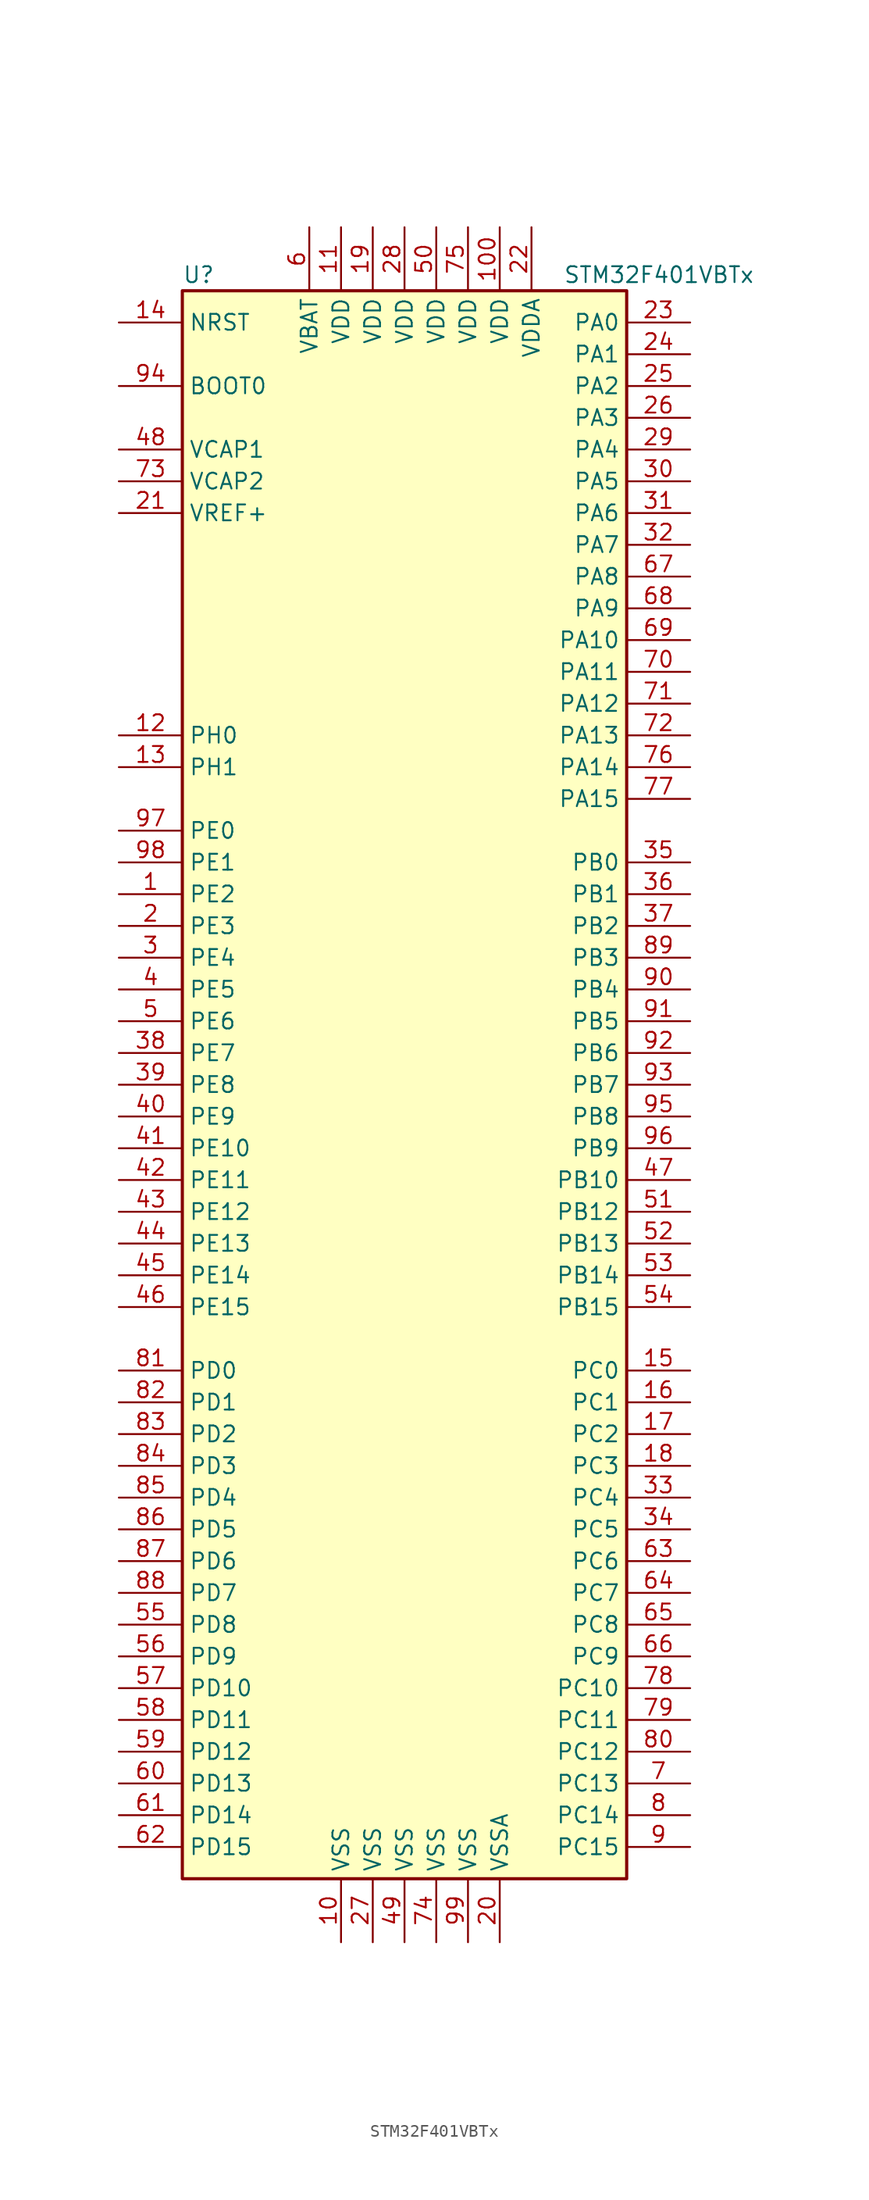
<source format=kicad_sym>
(kicad_symbol_lib
  (version 20220914)
  (generator kicad_symbol_editor)
  (symbol "STM32F401VBTx"
    (property "Reference" "U"
      (at -17.78 64.77 0)
      (effects (font (size 1.27 1.27)) (justify left)))
    (property "Value" "STM32F401VBTx"
      (at 12.7 64.77 0)
      (effects (font (size 1.27 1.27)) (justify left)))
    (symbol "STM32F401VBTx_0_1"
      (rectangle (start -17.78 -63.5) (end 17.78 63.5) (stroke (width 0.254) (type default)) (fill (type background))))
    (symbol "STM32F401VBTx_1_1"
      (pin bidirectional line (at -22.86 15.24 0) (length 5.08) (name "PE2" (effects (font (size 1.27 1.27)))) (number "1" (effects (font (size 1.27 1.27)))))
      (pin power_in line (at -5.08 -68.58 90) (length 5.08) (name "VSS" (effects (font (size 1.27 1.27)))) (number "10" (effects (font (size 1.27 1.27)))))
      (pin power_in line (at 7.62 68.58 270) (length 5.08) (name "VDD" (effects (font (size 1.27 1.27)))) (number "100" (effects (font (size 1.27 1.27)))))
      (pin power_in line (at -5.08 68.58 270) (length 5.08) (name "VDD" (effects (font (size 1.27 1.27)))) (number "11" (effects (font (size 1.27 1.27)))))
      (pin input line (at -22.86 27.94 0) (length 5.08) (name "PH0" (effects (font (size 1.27 1.27)))) (number "12" (effects (font (size 1.27 1.27)))))
      (pin input line (at -22.86 25.4 0) (length 5.08) (name "PH1" (effects (font (size 1.27 1.27)))) (number "13" (effects (font (size 1.27 1.27)))))
      (pin input line (at -22.86 60.96 0) (length 5.08) (name "NRST" (effects (font (size 1.27 1.27)))) (number "14" (effects (font (size 1.27 1.27)))))
      (pin bidirectional line (at 22.86 -22.86 180) (length 5.08) (name "PC0" (effects (font (size 1.27 1.27)))) (number "15" (effects (font (size 1.27 1.27)))))
      (pin bidirectional line (at 22.86 -25.4 180) (length 5.08) (name "PC1" (effects (font (size 1.27 1.27)))) (number "16" (effects (font (size 1.27 1.27)))))
      (pin bidirectional line (at 22.86 -27.94 180) (length 5.08) (name "PC2" (effects (font (size 1.27 1.27)))) (number "17" (effects (font (size 1.27 1.27)))))
      (pin bidirectional line (at 22.86 -30.48 180) (length 5.08) (name "PC3" (effects (font (size 1.27 1.27)))) (number "18" (effects (font (size 1.27 1.27)))))
      (pin power_in line (at -2.54 68.58 270) (length 5.08) (name "VDD" (effects (font (size 1.27 1.27)))) (number "19" (effects (font (size 1.27 1.27)))))
      (pin bidirectional line (at -22.86 12.7 0) (length 5.08) (name "PE3" (effects (font (size 1.27 1.27)))) (number "2" (effects (font (size 1.27 1.27)))))
      (pin power_in line (at 7.62 -68.58 90) (length 5.08) (name "VSSA" (effects (font (size 1.27 1.27)))) (number "20" (effects (font (size 1.27 1.27)))))
      (pin power_in line (at -22.86 45.72 0) (length 5.08) (name "VREF+" (effects (font (size 1.27 1.27)))) (number "21" (effects (font (size 1.27 1.27)))))
      (pin power_in line (at 10.16 68.58 270) (length 5.08) (name "VDDA" (effects (font (size 1.27 1.27)))) (number "22" (effects (font (size 1.27 1.27)))))
      (pin bidirectional line (at 22.86 60.96 180) (length 5.08) (name "PA0" (effects (font (size 1.27 1.27)))) (number "23" (effects (font (size 1.27 1.27)))))
      (pin bidirectional line (at 22.86 58.42 180) (length 5.08) (name "PA1" (effects (font (size 1.27 1.27)))) (number "24" (effects (font (size 1.27 1.27)))))
      (pin bidirectional line (at 22.86 55.88 180) (length 5.08) (name "PA2" (effects (font (size 1.27 1.27)))) (number "25" (effects (font (size 1.27 1.27)))))
      (pin bidirectional line (at 22.86 53.34 180) (length 5.08) (name "PA3" (effects (font (size 1.27 1.27)))) (number "26" (effects (font (size 1.27 1.27)))))
      (pin power_in line (at -2.54 -68.58 90) (length 5.08) (name "VSS" (effects (font (size 1.27 1.27)))) (number "27" (effects (font (size 1.27 1.27)))))
      (pin power_in line (at 0 68.58 270) (length 5.08) (name "VDD" (effects (font (size 1.27 1.27)))) (number "28" (effects (font (size 1.27 1.27)))))
      (pin bidirectional line (at 22.86 50.8 180) (length 5.08) (name "PA4" (effects (font (size 1.27 1.27)))) (number "29" (effects (font (size 1.27 1.27)))))
      (pin bidirectional line (at -22.86 10.16 0) (length 5.08) (name "PE4" (effects (font (size 1.27 1.27)))) (number "3" (effects (font (size 1.27 1.27)))))
      (pin bidirectional line (at 22.86 48.26 180) (length 5.08) (name "PA5" (effects (font (size 1.27 1.27)))) (number "30" (effects (font (size 1.27 1.27)))))
      (pin bidirectional line (at 22.86 45.72 180) (length 5.08) (name "PA6" (effects (font (size 1.27 1.27)))) (number "31" (effects (font (size 1.27 1.27)))))
      (pin bidirectional line (at 22.86 43.18 180) (length 5.08) (name "PA7" (effects (font (size 1.27 1.27)))) (number "32" (effects (font (size 1.27 1.27)))))
      (pin bidirectional line (at 22.86 -33.02 180) (length 5.08) (name "PC4" (effects (font (size 1.27 1.27)))) (number "33" (effects (font (size 1.27 1.27)))))
      (pin bidirectional line (at 22.86 -35.56 180) (length 5.08) (name "PC5" (effects (font (size 1.27 1.27)))) (number "34" (effects (font (size 1.27 1.27)))))
      (pin bidirectional line (at 22.86 17.78 180) (length 5.08) (name "PB0" (effects (font (size 1.27 1.27)))) (number "35" (effects (font (size 1.27 1.27)))))
      (pin bidirectional line (at 22.86 15.24 180) (length 5.08) (name "PB1" (effects (font (size 1.27 1.27)))) (number "36" (effects (font (size 1.27 1.27)))))
      (pin bidirectional line (at 22.86 12.7 180) (length 5.08) (name "PB2" (effects (font (size 1.27 1.27)))) (number "37" (effects (font (size 1.27 1.27)))))
      (pin bidirectional line (at -22.86 2.54 0) (length 5.08) (name "PE7" (effects (font (size 1.27 1.27)))) (number "38" (effects (font (size 1.27 1.27)))))
      (pin bidirectional line (at -22.86 0 0) (length 5.08) (name "PE8" (effects (font (size 1.27 1.27)))) (number "39" (effects (font (size 1.27 1.27)))))
      (pin bidirectional line (at -22.86 7.62 0) (length 5.08) (name "PE5" (effects (font (size 1.27 1.27)))) (number "4" (effects (font (size 1.27 1.27)))))
      (pin bidirectional line (at -22.86 -2.54 0) (length 5.08) (name "PE9" (effects (font (size 1.27 1.27)))) (number "40" (effects (font (size 1.27 1.27)))))
      (pin bidirectional line (at -22.86 -5.08 0) (length 5.08) (name "PE10" (effects (font (size 1.27 1.27)))) (number "41" (effects (font (size 1.27 1.27)))))
      (pin bidirectional line (at -22.86 -7.62 0) (length 5.08) (name "PE11" (effects (font (size 1.27 1.27)))) (number "42" (effects (font (size 1.27 1.27)))))
      (pin bidirectional line (at -22.86 -10.16 0) (length 5.08) (name "PE12" (effects (font (size 1.27 1.27)))) (number "43" (effects (font (size 1.27 1.27)))))
      (pin bidirectional line (at -22.86 -12.7 0) (length 5.08) (name "PE13" (effects (font (size 1.27 1.27)))) (number "44" (effects (font (size 1.27 1.27)))))
      (pin bidirectional line (at -22.86 -15.24 0) (length 5.08) (name "PE14" (effects (font (size 1.27 1.27)))) (number "45" (effects (font (size 1.27 1.27)))))
      (pin bidirectional line (at -22.86 -17.78 0) (length 5.08) (name "PE15" (effects (font (size 1.27 1.27)))) (number "46" (effects (font (size 1.27 1.27)))))
      (pin bidirectional line (at 22.86 -7.62 180) (length 5.08) (name "PB10" (effects (font (size 1.27 1.27)))) (number "47" (effects (font (size 1.27 1.27)))))
      (pin power_in line (at -22.86 50.8 0) (length 5.08) (name "VCAP1" (effects (font (size 1.27 1.27)))) (number "48" (effects (font (size 1.27 1.27)))))
      (pin power_in line (at 0 -68.58 90) (length 5.08) (name "VSS" (effects (font (size 1.27 1.27)))) (number "49" (effects (font (size 1.27 1.27)))))
      (pin bidirectional line (at -22.86 5.08 0) (length 5.08) (name "PE6" (effects (font (size 1.27 1.27)))) (number "5" (effects (font (size 1.27 1.27)))))
      (pin power_in line (at 2.54 68.58 270) (length 5.08) (name "VDD" (effects (font (size 1.27 1.27)))) (number "50" (effects (font (size 1.27 1.27)))))
      (pin bidirectional line (at 22.86 -10.16 180) (length 5.08) (name "PB12" (effects (font (size 1.27 1.27)))) (number "51" (effects (font (size 1.27 1.27)))))
      (pin bidirectional line (at 22.86 -12.7 180) (length 5.08) (name "PB13" (effects (font (size 1.27 1.27)))) (number "52" (effects (font (size 1.27 1.27)))))
      (pin bidirectional line (at 22.86 -15.24 180) (length 5.08) (name "PB14" (effects (font (size 1.27 1.27)))) (number "53" (effects (font (size 1.27 1.27)))))
      (pin bidirectional line (at 22.86 -17.78 180) (length 5.08) (name "PB15" (effects (font (size 1.27 1.27)))) (number "54" (effects (font (size 1.27 1.27)))))
      (pin bidirectional line (at -22.86 -43.18 0) (length 5.08) (name "PD8" (effects (font (size 1.27 1.27)))) (number "55" (effects (font (size 1.27 1.27)))))
      (pin bidirectional line (at -22.86 -45.72 0) (length 5.08) (name "PD9" (effects (font (size 1.27 1.27)))) (number "56" (effects (font (size 1.27 1.27)))))
      (pin bidirectional line (at -22.86 -48.26 0) (length 5.08) (name "PD10" (effects (font (size 1.27 1.27)))) (number "57" (effects (font (size 1.27 1.27)))))
      (pin bidirectional line (at -22.86 -50.8 0) (length 5.08) (name "PD11" (effects (font (size 1.27 1.27)))) (number "58" (effects (font (size 1.27 1.27)))))
      (pin bidirectional line (at -22.86 -53.34 0) (length 5.08) (name "PD12" (effects (font (size 1.27 1.27)))) (number "59" (effects (font (size 1.27 1.27)))))
      (pin power_in line (at -7.62 68.58 270) (length 5.08) (name "VBAT" (effects (font (size 1.27 1.27)))) (number "6" (effects (font (size 1.27 1.27)))))
      (pin bidirectional line (at -22.86 -55.88 0) (length 5.08) (name "PD13" (effects (font (size 1.27 1.27)))) (number "60" (effects (font (size 1.27 1.27)))))
      (pin bidirectional line (at -22.86 -58.42 0) (length 5.08) (name "PD14" (effects (font (size 1.27 1.27)))) (number "61" (effects (font (size 1.27 1.27)))))
      (pin bidirectional line (at -22.86 -60.96 0) (length 5.08) (name "PD15" (effects (font (size 1.27 1.27)))) (number "62" (effects (font (size 1.27 1.27)))))
      (pin bidirectional line (at 22.86 -38.1 180) (length 5.08) (name "PC6" (effects (font (size 1.27 1.27)))) (number "63" (effects (font (size 1.27 1.27)))))
      (pin bidirectional line (at 22.86 -40.64 180) (length 5.08) (name "PC7" (effects (font (size 1.27 1.27)))) (number "64" (effects (font (size 1.27 1.27)))))
      (pin bidirectional line (at 22.86 -43.18 180) (length 5.08) (name "PC8" (effects (font (size 1.27 1.27)))) (number "65" (effects (font (size 1.27 1.27)))))
      (pin bidirectional line (at 22.86 -45.72 180) (length 5.08) (name "PC9" (effects (font (size 1.27 1.27)))) (number "66" (effects (font (size 1.27 1.27)))))
      (pin bidirectional line (at 22.86 40.64 180) (length 5.08) (name "PA8" (effects (font (size 1.27 1.27)))) (number "67" (effects (font (size 1.27 1.27)))))
      (pin bidirectional line (at 22.86 38.1 180) (length 5.08) (name "PA9" (effects (font (size 1.27 1.27)))) (number "68" (effects (font (size 1.27 1.27)))))
      (pin bidirectional line (at 22.86 35.56 180) (length 5.08) (name "PA10" (effects (font (size 1.27 1.27)))) (number "69" (effects (font (size 1.27 1.27)))))
      (pin bidirectional line (at 22.86 -55.88 180) (length 5.08) (name "PC13" (effects (font (size 1.27 1.27)))) (number "7" (effects (font (size 1.27 1.27)))))
      (pin bidirectional line (at 22.86 33.02 180) (length 5.08) (name "PA11" (effects (font (size 1.27 1.27)))) (number "70" (effects (font (size 1.27 1.27)))))
      (pin bidirectional line (at 22.86 30.48 180) (length 5.08) (name "PA12" (effects (font (size 1.27 1.27)))) (number "71" (effects (font (size 1.27 1.27)))))
      (pin bidirectional line (at 22.86 27.94 180) (length 5.08) (name "PA13" (effects (font (size 1.27 1.27)))) (number "72" (effects (font (size 1.27 1.27)))))
      (pin power_in line (at -22.86 48.26 0) (length 5.08) (name "VCAP2" (effects (font (size 1.27 1.27)))) (number "73" (effects (font (size 1.27 1.27)))))
      (pin power_in line (at 2.54 -68.58 90) (length 5.08) (name "VSS" (effects (font (size 1.27 1.27)))) (number "74" (effects (font (size 1.27 1.27)))))
      (pin power_in line (at 5.08 68.58 270) (length 5.08) (name "VDD" (effects (font (size 1.27 1.27)))) (number "75" (effects (font (size 1.27 1.27)))))
      (pin bidirectional line (at 22.86 25.4 180) (length 5.08) (name "PA14" (effects (font (size 1.27 1.27)))) (number "76" (effects (font (size 1.27 1.27)))))
      (pin bidirectional line (at 22.86 22.86 180) (length 5.08) (name "PA15" (effects (font (size 1.27 1.27)))) (number "77" (effects (font (size 1.27 1.27)))))
      (pin bidirectional line (at 22.86 -48.26 180) (length 5.08) (name "PC10" (effects (font (size 1.27 1.27)))) (number "78" (effects (font (size 1.27 1.27)))))
      (pin bidirectional line (at 22.86 -50.8 180) (length 5.08) (name "PC11" (effects (font (size 1.27 1.27)))) (number "79" (effects (font (size 1.27 1.27)))))
      (pin bidirectional line (at 22.86 -58.42 180) (length 5.08) (name "PC14" (effects (font (size 1.27 1.27)))) (number "8" (effects (font (size 1.27 1.27)))))
      (pin bidirectional line (at 22.86 -53.34 180) (length 5.08) (name "PC12" (effects (font (size 1.27 1.27)))) (number "80" (effects (font (size 1.27 1.27)))))
      (pin bidirectional line (at -22.86 -22.86 0) (length 5.08) (name "PD0" (effects (font (size 1.27 1.27)))) (number "81" (effects (font (size 1.27 1.27)))))
      (pin bidirectional line (at -22.86 -25.4 0) (length 5.08) (name "PD1" (effects (font (size 1.27 1.27)))) (number "82" (effects (font (size 1.27 1.27)))))
      (pin bidirectional line (at -22.86 -27.94 0) (length 5.08) (name "PD2" (effects (font (size 1.27 1.27)))) (number "83" (effects (font (size 1.27 1.27)))))
      (pin bidirectional line (at -22.86 -30.48 0) (length 5.08) (name "PD3" (effects (font (size 1.27 1.27)))) (number "84" (effects (font (size 1.27 1.27)))))
      (pin bidirectional line (at -22.86 -33.02 0) (length 5.08) (name "PD4" (effects (font (size 1.27 1.27)))) (number "85" (effects (font (size 1.27 1.27)))))
      (pin bidirectional line (at -22.86 -35.56 0) (length 5.08) (name "PD5" (effects (font (size 1.27 1.27)))) (number "86" (effects (font (size 1.27 1.27)))))
      (pin bidirectional line (at -22.86 -38.1 0) (length 5.08) (name "PD6" (effects (font (size 1.27 1.27)))) (number "87" (effects (font (size 1.27 1.27)))))
      (pin bidirectional line (at -22.86 -40.64 0) (length 5.08) (name "PD7" (effects (font (size 1.27 1.27)))) (number "88" (effects (font (size 1.27 1.27)))))
      (pin bidirectional line (at 22.86 10.16 180) (length 5.08) (name "PB3" (effects (font (size 1.27 1.27)))) (number "89" (effects (font (size 1.27 1.27)))))
      (pin bidirectional line (at 22.86 -60.96 180) (length 5.08) (name "PC15" (effects (font (size 1.27 1.27)))) (number "9" (effects (font (size 1.27 1.27)))))
      (pin bidirectional line (at 22.86 7.62 180) (length 5.08) (name "PB4" (effects (font (size 1.27 1.27)))) (number "90" (effects (font (size 1.27 1.27)))))
      (pin bidirectional line (at 22.86 5.08 180) (length 5.08) (name "PB5" (effects (font (size 1.27 1.27)))) (number "91" (effects (font (size 1.27 1.27)))))
      (pin bidirectional line (at 22.86 2.54 180) (length 5.08) (name "PB6" (effects (font (size 1.27 1.27)))) (number "92" (effects (font (size 1.27 1.27)))))
      (pin bidirectional line (at 22.86 0 180) (length 5.08) (name "PB7" (effects (font (size 1.27 1.27)))) (number "93" (effects (font (size 1.27 1.27)))))
      (pin input line (at -22.86 55.88 0) (length 5.08) (name "BOOT0" (effects (font (size 1.27 1.27)))) (number "94" (effects (font (size 1.27 1.27)))))
      (pin bidirectional line (at 22.86 -2.54 180) (length 5.08) (name "PB8" (effects (font (size 1.27 1.27)))) (number "95" (effects (font (size 1.27 1.27)))))
      (pin bidirectional line (at 22.86 -5.08 180) (length 5.08) (name "PB9" (effects (font (size 1.27 1.27)))) (number "96" (effects (font (size 1.27 1.27)))))
      (pin bidirectional line (at -22.86 20.32 0) (length 5.08) (name "PE0" (effects (font (size 1.27 1.27)))) (number "97" (effects (font (size 1.27 1.27)))))
      (pin bidirectional line (at -22.86 17.78 0) (length 5.08) (name "PE1" (effects (font (size 1.27 1.27)))) (number "98" (effects (font (size 1.27 1.27)))))
      (pin power_in line (at 5.08 -68.58 90) (length 5.08) (name "VSS" (effects (font (size 1.27 1.27)))) (number "99" (effects (font (size 1.27 1.27))))))))
</source>
